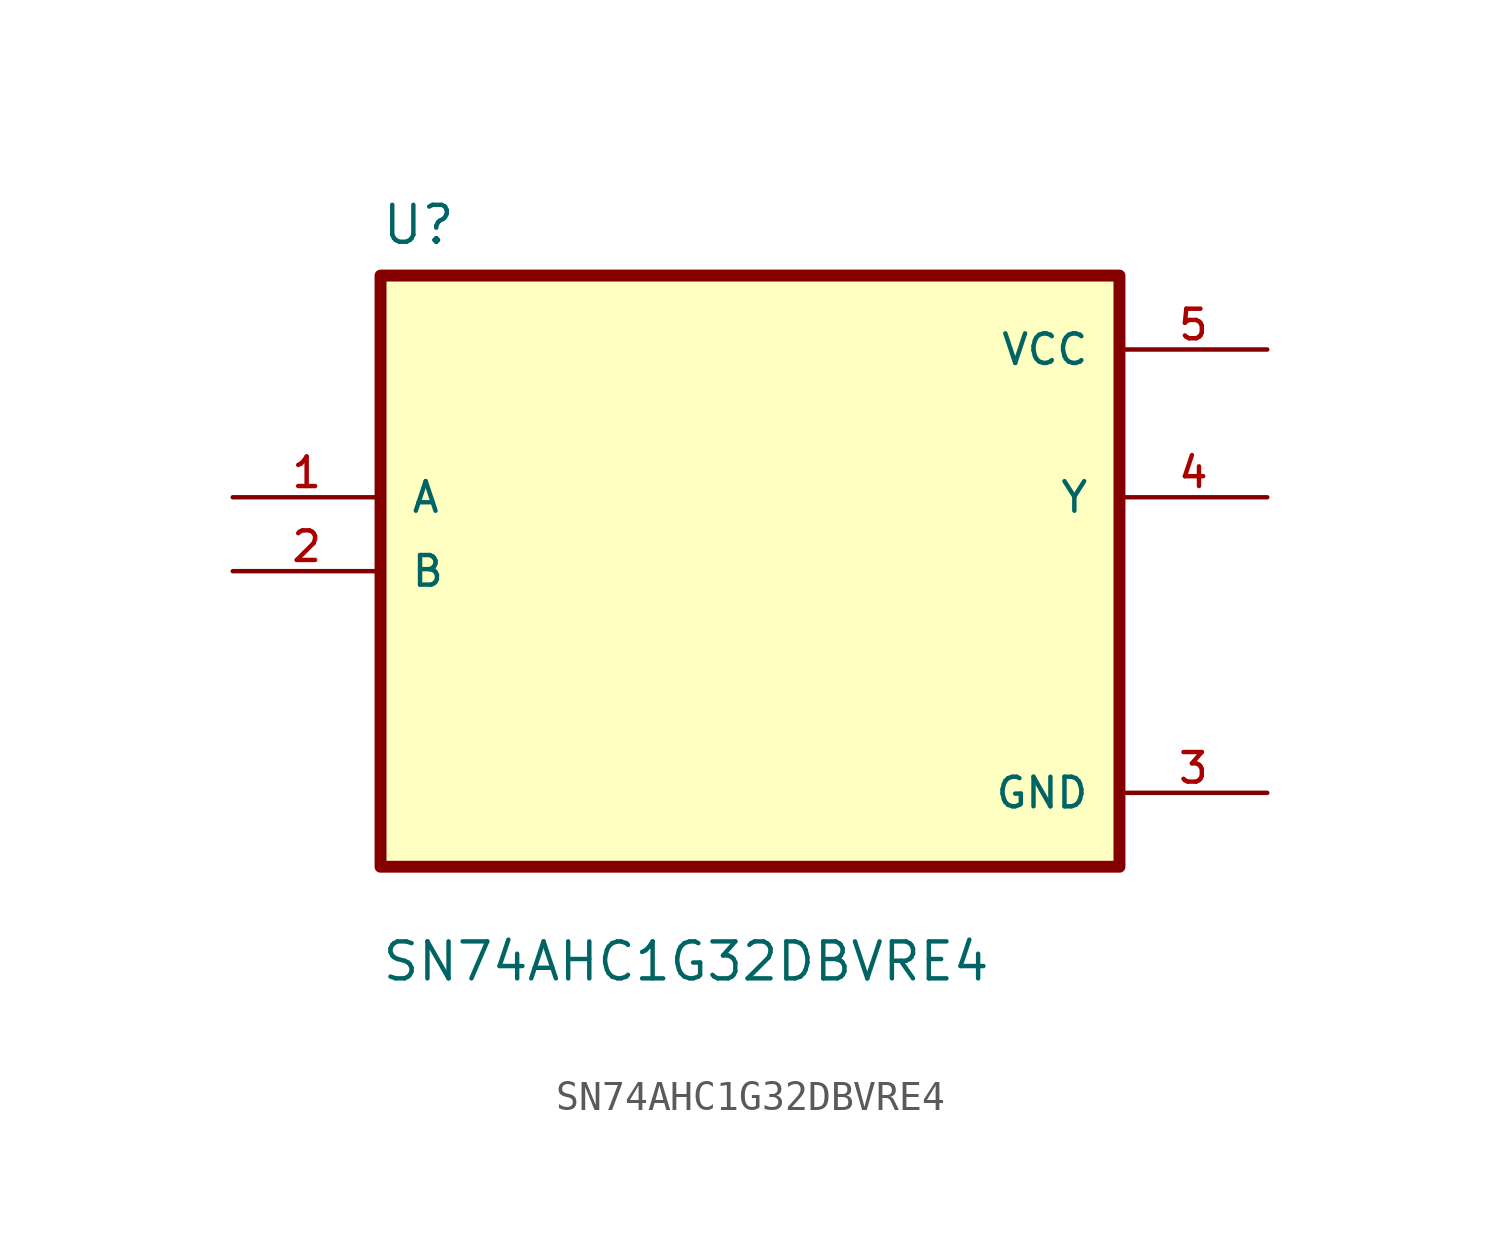
<source format=kicad_sym>
(kicad_symbol_lib
  (version 20211014)
  (generator kicad_symbol_editor)
  (symbol "SN74AHC1G32DBVRE4"
    (pin_names
      (offset 1.016))
    (property "Reference" "U"
      (at -12.7 11.16 0.0)
      (effects (font (size 1.27 1.27)) (justify bottom left)))
    (property "Value" "SN74AHC1G32DBVRE4"
      (at -12.7 -14.16 0.0)
      (effects (font (size 1.27 1.27)) (justify bottom left)))
    (symbol "SN74AHC1G32DBVRE4_0_0"
      (rectangle (start -12.7 -10.16) (end 12.7 10.16) (stroke (width 0.41)) (fill (type background)))
      (pin input line (at -17.78 2.54 0) (length 5.08) (name "A" (effects (font (size 1.016 1.016)))) (number "1" (effects (font (size 1.016 1.016)))))
      (pin input line (at -17.78 0.0 0) (length 5.08) (name "B" (effects (font (size 1.016 1.016)))) (number "2" (effects (font (size 1.016 1.016)))))
      (pin power_in line (at 17.78 7.62 180.0) (length 5.08) (name "VCC" (effects (font (size 1.016 1.016)))) (number "5" (effects (font (size 1.016 1.016)))))
      (pin output line (at 17.78 2.54 180.0) (length 5.08) (name "Y" (effects (font (size 1.016 1.016)))) (number "4" (effects (font (size 1.016 1.016)))))
      (pin power_in line (at 17.78 -7.62 180.0) (length 5.08) (name "GND" (effects (font (size 1.016 1.016)))) (number "3" (effects (font (size 1.016 1.016))))))))
</source>
